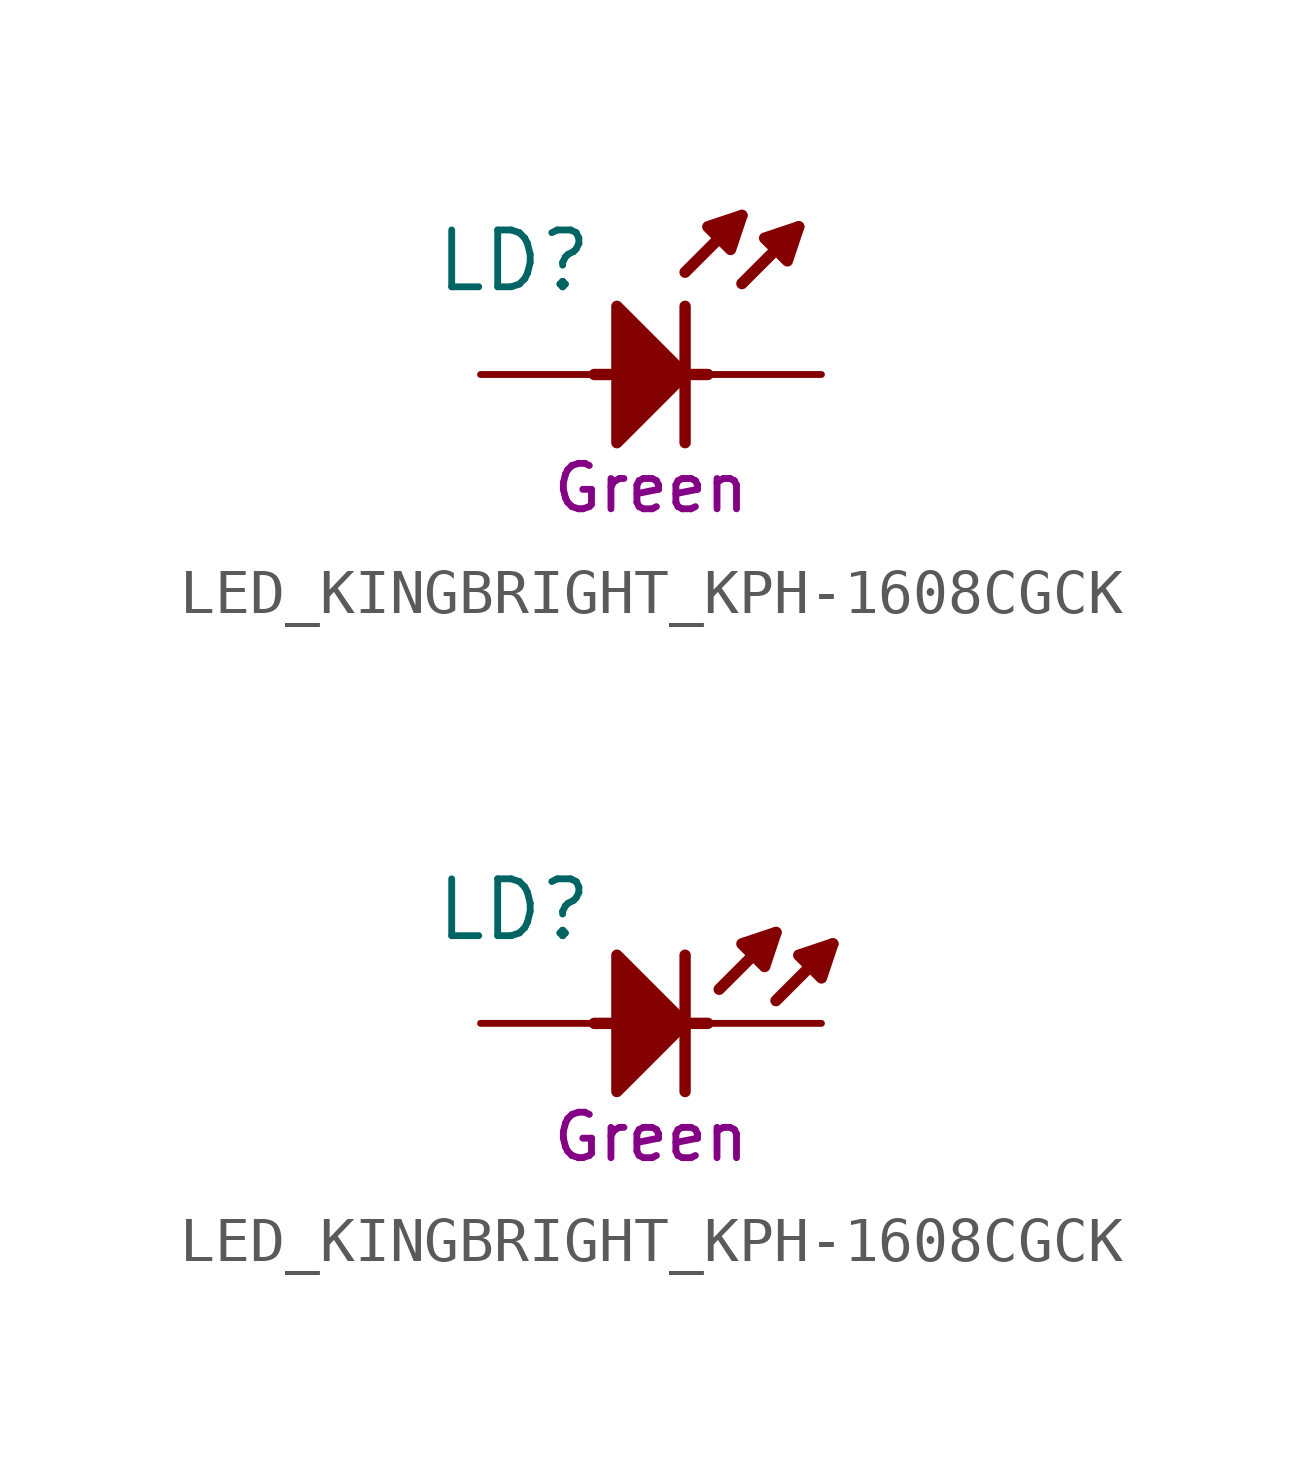
<source format=kicad_sym>
(kicad_symbol_lib
  (version 20211014)
  (generator kicad_symbol_editor)
  (symbol "LED_KINGBRIGHT_KPH-1608CGCK"
    (pin_names
      (offset 1.27))
    (property "Reference" "LD"
      (at -1.27 2.54 0)
      (effects (font (size 1.27 1.27)) (justify right)))
    (property "Color" "Green"
      (at 0 -2.54 0)
      (effects (font (size 1.016 1.016))))
    (property "ki_locked" ""
      (at 0 0 0)
      (effects (font (size 1.27 1.27))))
    (symbol "LED_KINGBRIGHT_KPH-1608CGCK_0_1"
      (polyline (pts (xy -1.27 0) (xy 1.27 0)) (stroke (width 0.254) (type default) (color 0 0 0 0)) (fill (type none)))
      (polyline (pts (xy 0.762 1.524) (xy 0.762 -1.524)) (stroke (width 0.254) (type default) (color 0 0 0 0)) (fill (type none)))
      (polyline (pts (xy 0.762 2.286) (xy 2.032 3.556)) (stroke (width 0.254) (type default) (color 0 0 0 0)) (fill (type none)))
      (polyline (pts (xy 2.032 2.032) (xy 3.302 3.302)) (stroke (width 0.254) (type default) (color 0 0 0 0)) (fill (type none)))
      (polyline (pts (xy -0.762 -1.524) (xy 0.762 0) (xy -0.762 1.524) (xy -0.762 -1.524)) (stroke (width 0.254) (type default) (color 0 0 0 0)) (fill (type outline)))
      (polyline (pts (xy 2.032 3.556) (xy 1.27 3.302) (xy 1.778 2.794) (xy 2.032 3.556)) (stroke (width 0.254) (type default) (color 0 0 0 0)) (fill (type outline)))
      (polyline (pts (xy 3.302 3.302) (xy 2.54 3.048) (xy 3.048 2.54) (xy 3.302 3.302)) (stroke (width 0.254) (type default) (color 0 0 0 0)) (fill (type outline)))
      (pin passive line (at 3.81 0 180) (length 2.54) (name "C" (effects (font (size 0 0)))) (number "1" (effects (font (size 0 0)))))
      (pin passive line (at -3.81 0 0) (length 2.54) (name "A" (effects (font (size 0 0)))) (number "2" (effects (font (size 0 0))))))
    (symbol "LED_KINGBRIGHT_KPH-1608CGCK_0_2"
      (polyline (pts (xy -1.27 0) (xy 1.27 0)) (stroke (width 0.254) (type default) (color 0 0 0 0)) (fill (type none)))
      (polyline (pts (xy 0.762 1.524) (xy 0.762 -1.524)) (stroke (width 0.254) (type default) (color 0 0 0 0)) (fill (type none)))
      (polyline (pts (xy 1.524 0.762) (xy 2.794 2.032)) (stroke (width 0.254) (type default) (color 0 0 0 0)) (fill (type none)))
      (polyline (pts (xy 2.794 0.508) (xy 4.064 1.778)) (stroke (width 0.254) (type default) (color 0 0 0 0)) (fill (type none)))
      (polyline (pts (xy -0.762 -1.524) (xy 0.762 0) (xy -0.762 1.524) (xy -0.762 -1.524)) (stroke (width 0.254) (type default) (color 0 0 0 0)) (fill (type outline)))
      (polyline (pts (xy 2.794 2.032) (xy 2.032 1.778) (xy 2.54 1.27) (xy 2.794 2.032)) (stroke (width 0.254) (type default) (color 0 0 0 0)) (fill (type outline)))
      (polyline (pts (xy 4.064 1.778) (xy 3.302 1.524) (xy 3.81 1.016) (xy 4.064 1.778)) (stroke (width 0.254) (type default) (color 0 0 0 0)) (fill (type outline)))
      (pin passive line (at 3.81 0 180) (length 2.54) (name "C" (effects (font (size 0 0)))) (number "1" (effects (font (size 0 0)))))
      (pin passive line (at -3.81 0 0) (length 2.54) (name "A" (effects (font (size 0 0)))) (number "2" (effects (font (size 0 0))))))))
</source>
